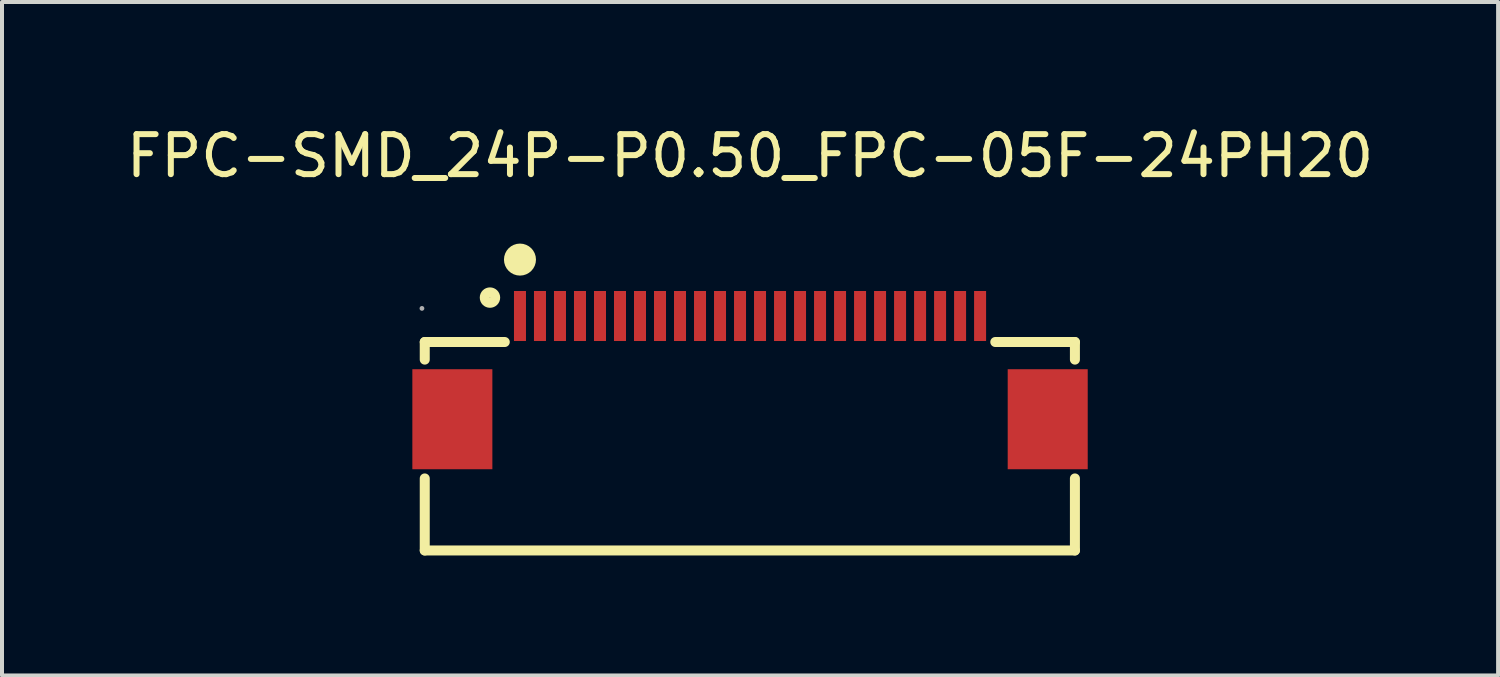
<source format=kicad_pcb>
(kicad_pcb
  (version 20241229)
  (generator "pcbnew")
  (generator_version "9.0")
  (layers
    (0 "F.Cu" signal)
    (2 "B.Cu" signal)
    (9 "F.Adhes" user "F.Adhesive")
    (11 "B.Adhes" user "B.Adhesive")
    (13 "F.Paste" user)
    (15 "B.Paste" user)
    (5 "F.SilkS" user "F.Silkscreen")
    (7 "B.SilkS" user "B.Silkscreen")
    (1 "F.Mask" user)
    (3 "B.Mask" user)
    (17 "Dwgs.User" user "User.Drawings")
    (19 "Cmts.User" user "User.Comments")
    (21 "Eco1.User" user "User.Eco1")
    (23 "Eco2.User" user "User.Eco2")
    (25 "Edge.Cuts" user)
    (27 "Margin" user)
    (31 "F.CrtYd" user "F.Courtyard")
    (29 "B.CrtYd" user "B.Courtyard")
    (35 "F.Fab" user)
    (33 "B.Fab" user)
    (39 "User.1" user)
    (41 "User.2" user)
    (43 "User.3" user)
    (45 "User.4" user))
  (footprint "FPC-SMD_24P-P0.50_FPC-05F-24PH20"
    (layer "F.Cu")
    (at 15.696 6.138)
    (property "Reference" "FPC-SMD_24P-P0.50_FPC-05F-24PH20" (at 0 -5.29 180) (layer "F.SilkS") (effects (font (size 1 1) (thickness 0.15))))
    (attr smd)
    (fp_line (start -8.13 -0.64) (end -6.13 -0.64) (stroke (width 0.25) (type solid)) (layer "F.SilkS"))
    (fp_line (start -8.13 -0.2) (end -8.13 -0.64) (stroke (width 0.25) (type solid)) (layer "F.SilkS"))
    (fp_line (start -8.13 4.57) (end -8.13 2.77) (stroke (width 0.25) (type solid)) (layer "F.SilkS"))
    (fp_line (start 6.13 -0.64) (end 8.12 -0.64) (stroke (width 0.25) (type solid)) (layer "F.SilkS"))
    (fp_line (start 8.12 -0.64) (end 8.12 -0.2) (stroke (width 0.25) (type solid)) (layer "F.SilkS"))
    (fp_line (start 8.12 2.77) (end 8.12 4.57) (stroke (width 0.25) (type solid)) (layer "F.SilkS"))
    (fp_line (start 8.12 4.57) (end -8.13 4.57) (stroke (width 0.25) (type solid)) (layer "F.SilkS"))
    (fp_circle (center -6.5 -1.75) (end -6.37 -1.75) (stroke (width 0.25) (type solid)) (fill no) (layer "F.SilkS"))
    (fp_circle (center -5.75 -2.7) (end -5.55 -2.7) (stroke (width 0.4) (type solid)) (fill no) (layer "F.SilkS"))
    (fp_circle (center -8.2 -1.48) (end -8.17 -1.48) (stroke (width 0.06) (type solid)) (fill no) (layer "F.Fab"))
    (pad "1" smd rect (at -5.75 -1.29) (size 0.3 1.25) (layers "F.Cu" "F.Mask" "F.Paste"))
    (pad "2" smd rect (at -5.25 -1.29) (size 0.3 1.25) (layers "F.Cu" "F.Mask" "F.Paste"))
    (pad "3" smd rect (at -4.75 -1.29) (size 0.3 1.25) (layers "F.Cu" "F.Mask" "F.Paste"))
    (pad "4" smd rect (at -4.25 -1.29) (size 0.3 1.25) (layers "F.Cu" "F.Mask" "F.Paste"))
    (pad "5" smd rect (at -3.75 -1.29) (size 0.3 1.25) (layers "F.Cu" "F.Mask" "F.Paste"))
    (pad "6" smd rect (at -3.25 -1.29) (size 0.3 1.25) (layers "F.Cu" "F.Mask" "F.Paste"))
    (pad "7" smd rect (at -2.75 -1.29) (size 0.3 1.25) (layers "F.Cu" "F.Mask" "F.Paste"))
    (pad "8" smd rect (at -2.25 -1.29) (size 0.3 1.25) (layers "F.Cu" "F.Mask" "F.Paste"))
    (pad "9" smd rect (at -1.75 -1.29) (size 0.3 1.25) (layers "F.Cu" "F.Mask" "F.Paste"))
    (pad "10" smd rect (at -1.25 -1.29) (size 0.3 1.25) (layers "F.Cu" "F.Mask" "F.Paste"))
    (pad "11" smd rect (at -0.75 -1.29) (size 0.3 1.25) (layers "F.Cu" "F.Mask" "F.Paste"))
    (pad "12" smd rect (at -0.25 -1.29) (size 0.3 1.25) (layers "F.Cu" "F.Mask" "F.Paste"))
    (pad "13" smd rect (at 0.25 -1.29) (size 0.3 1.25) (layers "F.Cu" "F.Mask" "F.Paste"))
    (pad "14" smd rect (at 0.75 -1.29) (size 0.3 1.25) (layers "F.Cu" "F.Mask" "F.Paste"))
    (pad "15" smd rect (at 1.25 -1.29) (size 0.3 1.25) (layers "F.Cu" "F.Mask" "F.Paste"))
    (pad "16" smd rect (at 1.75 -1.29) (size 0.3 1.25) (layers "F.Cu" "F.Mask" "F.Paste"))
    (pad "17" smd rect (at 2.25 -1.29) (size 0.3 1.25) (layers "F.Cu" "F.Mask" "F.Paste"))
    (pad "18" smd rect (at 2.75 -1.29) (size 0.3 1.25) (layers "F.Cu" "F.Mask" "F.Paste"))
    (pad "19" smd rect (at 3.25 -1.29) (size 0.3 1.25) (layers "F.Cu" "F.Mask" "F.Paste"))
    (pad "20" smd rect (at 3.75 -1.29) (size 0.3 1.25) (layers "F.Cu" "F.Mask" "F.Paste"))
    (pad "21" smd rect (at 4.25 -1.29) (size 0.3 1.25) (layers "F.Cu" "F.Mask" "F.Paste"))
    (pad "22" smd rect (at 4.75 -1.29) (size 0.3 1.25) (layers "F.Cu" "F.Mask" "F.Paste"))
    (pad "23" smd rect (at 5.25 -1.29) (size 0.3 1.25) (layers "F.Cu" "F.Mask" "F.Paste"))
    (pad "24" smd rect (at 5.75 -1.29) (size 0.3 1.25) (layers "F.Cu" "F.Mask" "F.Paste"))
    (pad "25" smd rect (at 7.44 1.29) (size 2 2.5) (layers "F.Cu" "F.Mask" "F.Paste"))
    (pad "26" smd rect (at -7.44 1.29) (size 2 2.5) (layers "F.Cu" "F.Mask" "F.Paste")))
  (gr_rect
    (start -3 -3)
    (end 34.393 13.833)
    (stroke (width 0.1) (type default))
    (fill no)
    (layer "Edge.Cuts")))
</source>
